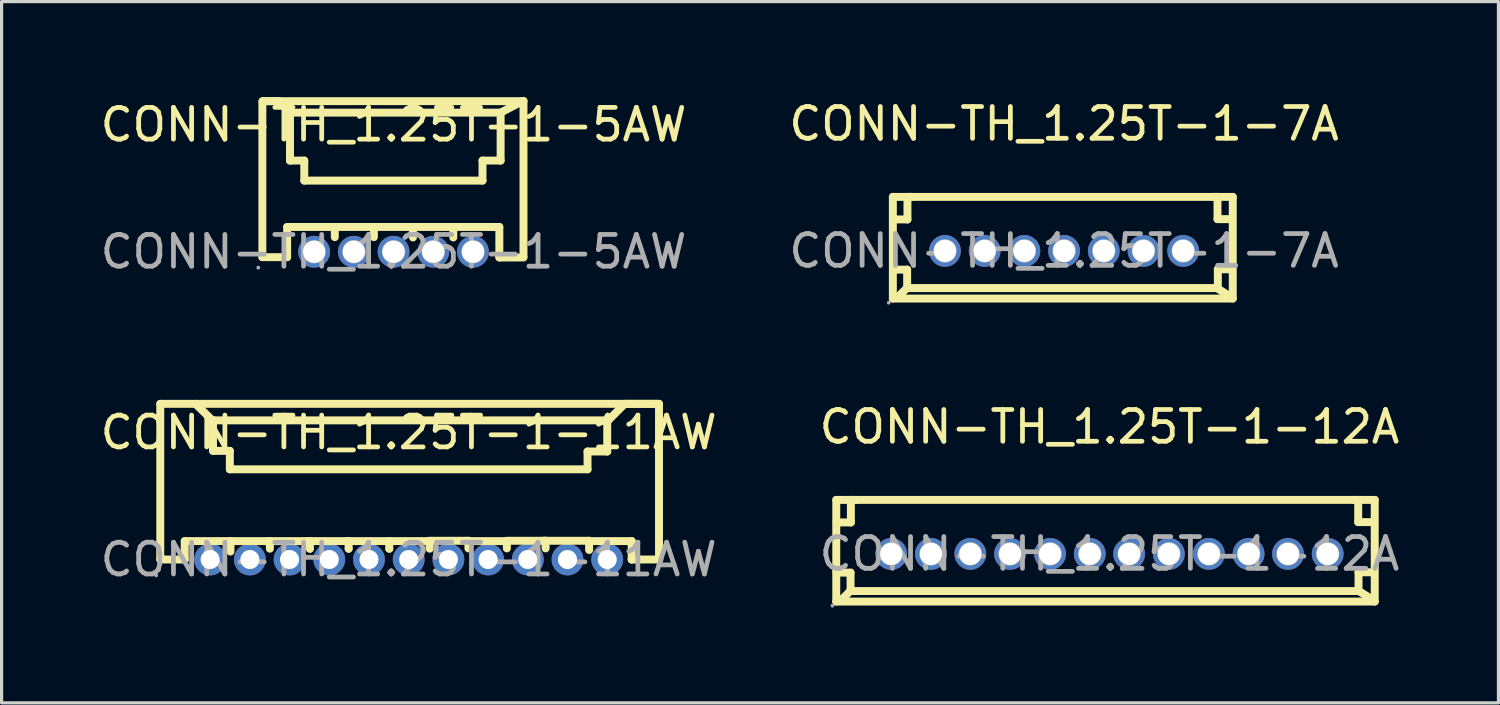
<source format=kicad_pcb>
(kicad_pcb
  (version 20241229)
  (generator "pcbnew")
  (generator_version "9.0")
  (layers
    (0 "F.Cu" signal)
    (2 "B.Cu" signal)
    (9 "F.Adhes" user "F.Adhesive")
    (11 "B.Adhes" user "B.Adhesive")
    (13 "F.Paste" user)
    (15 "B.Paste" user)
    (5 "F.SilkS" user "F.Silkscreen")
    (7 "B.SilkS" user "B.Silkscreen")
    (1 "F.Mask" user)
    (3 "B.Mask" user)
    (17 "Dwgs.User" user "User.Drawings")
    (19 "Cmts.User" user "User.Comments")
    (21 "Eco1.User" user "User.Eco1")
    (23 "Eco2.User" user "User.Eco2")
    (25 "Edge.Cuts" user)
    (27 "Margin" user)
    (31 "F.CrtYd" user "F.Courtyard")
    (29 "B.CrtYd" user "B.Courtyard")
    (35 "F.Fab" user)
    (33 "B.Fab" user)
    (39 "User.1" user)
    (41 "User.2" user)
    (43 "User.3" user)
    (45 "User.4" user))
  (footprint "CONN-TH_1.25T-1-5AW"
    (layer "F.Cu")
    (at 9.339 4.875)
    (property "Reference" "CONN-TH_1.25T-1-5AW" (at 0 -4 0) (layer "F.SilkS") (effects (font (size 1 1) (thickness 0.15))))
    (attr through_hole)
    (fp_line (start -4.13 -4.73) (end -4.13 0.17) (stroke (width 0.25) (type solid)) (layer "F.SilkS"))
    (fp_line (start -4.13 0.17) (end -3.35 0.17) (stroke (width 0.25) (type solid)) (layer "F.SilkS"))
    (fp_line (start -4.12 -4.74) (end -3.61 -4.74) (stroke (width 0.25) (type solid)) (layer "F.SilkS"))
    (fp_line (start -4.12 -4.74) (end 4.09 -4.74) (stroke (width 0.25) (type solid)) (layer "F.SilkS"))
    (fp_line (start -3.61 -4.74) (end -3.25 -4.38) (stroke (width 0.25) (type solid)) (layer "F.SilkS"))
    (fp_line (start -3.35 -0.78) (end -1.85 -0.78) (stroke (width 0.25) (type solid)) (layer "F.SilkS"))
    (fp_line (start -3.35 0.17) (end -3.35 -0.78) (stroke (width 0.25) (type solid)) (layer "F.SilkS"))
    (fp_line (start -3.26 -4.34) (end -3.26 -2.87) (stroke (width 0.25) (type solid)) (layer "F.SilkS"))
    (fp_line (start -3.26 -2.87) (end -2.81 -2.87) (stroke (width 0.25) (type solid)) (layer "F.SilkS"))
    (fp_line (start -3.25 -4.38) (end -3.25 -4.35) (stroke (width 0.25) (type solid)) (layer "F.SilkS"))
    (fp_line (start -3.25 -4.38) (end 3.37 -4.38) (stroke (width 0.25) (type solid)) (layer "F.SilkS"))
    (fp_line (start -2.81 -2.87) (end -2.81 -2.24) (stroke (width 0.25) (type solid)) (layer "F.SilkS"))
    (fp_line (start -2.81 -2.24) (end 2.8 -2.24) (stroke (width 0.25) (type solid)) (layer "F.SilkS"))
    (fp_line (start -1.85 -0.78) (end -1.85 -0.46) (stroke (width 0.25) (type solid)) (layer "F.SilkS"))
    (fp_line (start -1.84 -0.78) (end -0.62 -0.78) (stroke (width 0.25) (type solid)) (layer "F.SilkS"))
    (fp_line (start -0.62 -0.78) (end -0.62 -0.46) (stroke (width 0.25) (type solid)) (layer "F.SilkS"))
    (fp_line (start -0.61 -0.78) (end 0.61 -0.78) (stroke (width 0.25) (type solid)) (layer "F.SilkS"))
    (fp_line (start 0.59 -0.78) (end 1.88 -0.78) (stroke (width 0.25) (type solid)) (layer "F.SilkS"))
    (fp_line (start 0.61 -0.78) (end 0.61 -0.45) (stroke (width 0.25) (type solid)) (layer "F.SilkS"))
    (fp_line (start 1.88 -0.78) (end 1.88 -0.45) (stroke (width 0.25) (type solid)) (layer "F.SilkS"))
    (fp_line (start 1.89 -0.78) (end 3.12 -0.78) (stroke (width 0.25) (type solid)) (layer "F.SilkS"))
    (fp_line (start 2.8 -2.87) (end 3.37 -2.87) (stroke (width 0.25) (type solid)) (layer "F.SilkS"))
    (fp_line (start 2.8 -2.24) (end 2.8 -2.87) (stroke (width 0.25) (type solid)) (layer "F.SilkS"))
    (fp_line (start 3.12 -0.78) (end 3.24 -0.78) (stroke (width 0.25) (type solid)) (layer "F.SilkS"))
    (fp_line (start 3.33 -0.78) (end 3.12 -0.78) (stroke (width 0.25) (type solid)) (layer "F.SilkS"))
    (fp_line (start 3.33 0.18) (end 3.33 -0.78) (stroke (width 0.25) (type solid)) (layer "F.SilkS"))
    (fp_line (start 3.37 -4.38) (end 4.06 -4.74) (stroke (width 0.25) (type solid)) (layer "F.SilkS"))
    (fp_line (start 3.37 -4.35) (end 3.37 -4.35) (stroke (width 0.25) (type solid)) (layer "F.SilkS"))
    (fp_line (start 3.37 -2.87) (end 3.37 -4.35) (stroke (width 0.25) (type solid)) (layer "F.SilkS"))
    (fp_line (start 4.06 -4.74) (end 4.06 -4.74) (stroke (width 0.25) (type solid)) (layer "F.SilkS"))
    (fp_line (start 4.06 -4.74) (end 4.06 -4.74) (stroke (width 0.25) (type solid)) (layer "F.SilkS"))
    (fp_line (start 4.09 -4.75) (end 4.09 0.15) (stroke (width 0.25) (type solid)) (layer "F.SilkS"))
    (fp_line (start 4.09 0.18) (end 3.33 0.18) (stroke (width 0.25) (type solid)) (layer "F.SilkS"))
    (fp_circle (center -4.26 0.5) (end -4.23 0.5) (stroke (width 0.06) (type solid)) (fill no) (layer "F.Fab"))
    (fp_circle (center -2.5 0) (end -2.38 0) (stroke (width 0.25) (type solid)) (fill no) (layer "F.Fab"))
    (fp_circle (center -1.25 0) (end -1.13 0) (stroke (width 0.25) (type solid)) (fill no) (layer "F.Fab"))
    (fp_circle (center 0 0) (end 0.12 0) (stroke (width 0.25) (type solid)) (fill no) (layer "F.Fab"))
    (fp_circle (center 1.25 0) (end 1.37 0) (stroke (width 0.25) (type solid)) (fill no) (layer "F.Fab"))
    (fp_circle (center 2.5 0) (end 2.62 0) (stroke (width 0.25) (type solid)) (fill no) (layer "F.Fab"))
    (fp_text user "${REFERENCE}" (at 0 0 0) (layer "F.Fab") (effects (font (size 1 1) (thickness 0.15))))
    (pad "1" thru_hole circle (at -2.5 0) (size 1 1) (drill 0.7) (layers "*.Cu" "*.Paste" "*.Mask"))
    (pad "2" thru_hole circle (at -1.25 0) (size 1 1) (drill 0.7) (layers "*.Cu" "*.Paste" "*.Mask"))
    (pad "3" thru_hole circle (at 0 0) (size 1 1) (drill 0.7) (layers "*.Cu" "*.Paste" "*.Mask"))
    (pad "4" thru_hole circle (at 1.25 0) (size 1 1) (drill 0.7) (layers "*.Cu" "*.Paste" "*.Mask"))
    (pad "5" thru_hole circle (at 2.5 0) (size 1 1) (drill 0.7) (layers "*.Cu" "*.Paste" "*.Mask")))
  (footprint "CONN-TH_1.25T-1-11AW"
    (layer "F.Cu")
    (at 9.815 14.563)
    (property "Reference" "CONN-TH_1.25T-1-11AW" (at 0 -4 0) (layer "F.SilkS") (effects (font (size 1 1) (thickness 0.15))))
    (attr through_hole)
    (fp_line (start -7.82 -4.9) (end -7.82 0) (stroke (width 0.25) (type solid)) (layer "F.SilkS"))
    (fp_line (start -7.82 -4.9) (end 7.88 -4.9) (stroke (width 0.25) (type solid)) (layer "F.SilkS"))
    (fp_line (start -7.82 0) (end -7.05 0) (stroke (width 0.25) (type solid)) (layer "F.SilkS"))
    (fp_line (start -7.05 -0.58) (end -5.61 -0.58) (stroke (width 0.25) (type solid)) (layer "F.SilkS"))
    (fp_line (start -7.05 0) (end -7.05 -0.58) (stroke (width 0.25) (type solid)) (layer "F.SilkS"))
    (fp_line (start -6.71 -4.9) (end -6.18 -4.38) (stroke (width 0.25) (type solid)) (layer "F.SilkS"))
    (fp_line (start -6.17 -4.38) (end 6.28 -4.38) (stroke (width 0.25) (type solid)) (layer "F.SilkS"))
    (fp_line (start -6.16 -4.39) (end -6.16 -3.42) (stroke (width 0.25) (type solid)) (layer "F.SilkS"))
    (fp_line (start -6.16 -3.42) (end -5.63 -3.42) (stroke (width 0.25) (type solid)) (layer "F.SilkS"))
    (fp_line (start -5.63 -3.42) (end -5.63 -2.84) (stroke (width 0.25) (type solid)) (layer "F.SilkS"))
    (fp_line (start -5.63 -2.84) (end 5.63 -2.84) (stroke (width 0.25) (type solid)) (layer "F.SilkS"))
    (fp_line (start -5.61 -0.58) (end -5.61 -0.25) (stroke (width 0.25) (type solid)) (layer "F.SilkS"))
    (fp_line (start -5.6 -0.58) (end -4.37 -0.58) (stroke (width 0.25) (type solid)) (layer "F.SilkS"))
    (fp_line (start -4.38 -0.58) (end -3.11 -0.58) (stroke (width 0.25) (type solid)) (layer "F.SilkS"))
    (fp_line (start -4.37 -0.58) (end -4.37 -0.34) (stroke (width 0.25) (type solid)) (layer "F.SilkS"))
    (fp_line (start -3.17 -0.58) (end -1.89 -0.58) (stroke (width 0.25) (type solid)) (layer "F.SilkS"))
    (fp_line (start -3.11 -0.58) (end -3.11 -0.34) (stroke (width 0.25) (type solid)) (layer "F.SilkS"))
    (fp_line (start -3.11 -0.34) (end -3.11 -0.34) (stroke (width 0.25) (type solid)) (layer "F.SilkS"))
    (fp_line (start -1.95 -0.58) (end -0.61 -0.58) (stroke (width 0.25) (type solid)) (layer "F.SilkS"))
    (fp_line (start -1.89 -0.58) (end -1.89 -0.34) (stroke (width 0.25) (type solid)) (layer "F.SilkS"))
    (fp_line (start -1.89 -0.34) (end -1.89 -0.34) (stroke (width 0.25) (type solid)) (layer "F.SilkS"))
    (fp_line (start -0.61 -0.58) (end -0.61 -0.34) (stroke (width 0.25) (type solid)) (layer "F.SilkS"))
    (fp_line (start -0.61 -0.34) (end -0.61 -0.34) (stroke (width 0.25) (type solid)) (layer "F.SilkS"))
    (fp_line (start -0.57 -0.58) (end 0.66 -0.58) (stroke (width 0.25) (type solid)) (layer "F.SilkS"))
    (fp_line (start 0.65 -0.59) (end 1.88 -0.59) (stroke (width 0.25) (type solid)) (layer "F.SilkS"))
    (fp_line (start 0.66 -0.58) (end 0.66 -0.34) (stroke (width 0.25) (type solid)) (layer "F.SilkS"))
    (fp_line (start 1.86 -0.58) (end 3.09 -0.58) (stroke (width 0.25) (type solid)) (layer "F.SilkS"))
    (fp_line (start 1.88 -0.59) (end 1.88 -0.35) (stroke (width 0.25) (type solid)) (layer "F.SilkS"))
    (fp_line (start 3.08 -0.59) (end 4.31 -0.59) (stroke (width 0.25) (type solid)) (layer "F.SilkS"))
    (fp_line (start 3.09 -0.58) (end 3.09 -0.35) (stroke (width 0.25) (type solid)) (layer "F.SilkS"))
    (fp_line (start 4.22 -0.59) (end 5.68 -0.59) (stroke (width 0.25) (type solid)) (layer "F.SilkS"))
    (fp_line (start 4.31 -0.59) (end 4.31 -0.35) (stroke (width 0.25) (type solid)) (layer "F.SilkS"))
    (fp_line (start 5.63 -3.4) (end 6.25 -3.4) (stroke (width 0.25) (type solid)) (layer "F.SilkS"))
    (fp_line (start 5.63 -2.84) (end 5.63 -3.4) (stroke (width 0.25) (type solid)) (layer "F.SilkS"))
    (fp_line (start 5.64 -0.58) (end 7.02 -0.58) (stroke (width 0.25) (type solid)) (layer "F.SilkS"))
    (fp_line (start 5.68 -0.59) (end 5.68 -0.3) (stroke (width 0.25) (type solid)) (layer "F.SilkS"))
    (fp_line (start 6.25 -3.4) (end 6.25 -4.38) (stroke (width 0.25) (type solid)) (layer "F.SilkS"))
    (fp_line (start 6.28 -4.38) (end 6.8 -4.9) (stroke (width 0.25) (type solid)) (layer "F.SilkS"))
    (fp_line (start 6.8 -4.9) (end 7.83 -4.9) (stroke (width 0.25) (type solid)) (layer "F.SilkS"))
    (fp_line (start 7.02 -0.58) (end 7.02 0) (stroke (width 0.25) (type solid)) (layer "F.SilkS"))
    (fp_line (start 7.02 0) (end 7.02 0) (stroke (width 0.25) (type solid)) (layer "F.SilkS"))
    (fp_line (start 7.02 0) (end 7.89 0) (stroke (width 0.25) (type solid)) (layer "F.SilkS"))
    (fp_line (start 7.88 0) (end 7.88 -4.9) (stroke (width 0.25) (type solid)) (layer "F.SilkS"))
    (fp_circle (center -7.95 0.5) (end -7.92 0.5) (stroke (width 0.06) (type solid)) (fill no) (layer "F.Fab"))
    (fp_circle (center -6.25 0) (end -6.15 0) (stroke (width 0.2) (type solid)) (fill no) (layer "F.Fab"))
    (fp_circle (center -5 0) (end -4.9 0) (stroke (width 0.2) (type solid)) (fill no) (layer "F.Fab"))
    (fp_circle (center -3.75 0) (end -3.65 0) (stroke (width 0.2) (type solid)) (fill no) (layer "F.Fab"))
    (fp_circle (center -2.5 0) (end -2.4 0) (stroke (width 0.2) (type solid)) (fill no) (layer "F.Fab"))
    (fp_circle (center -1.25 0) (end -1.15 0) (stroke (width 0.2) (type solid)) (fill no) (layer "F.Fab"))
    (fp_circle (center 0 0) (end 0.1 0) (stroke (width 0.2) (type solid)) (fill no) (layer "F.Fab"))
    (fp_circle (center 1.25 0) (end 1.35 0) (stroke (width 0.2) (type solid)) (fill no) (layer "F.Fab"))
    (fp_circle (center 2.5 0) (end 2.6 0) (stroke (width 0.2) (type solid)) (fill no) (layer "F.Fab"))
    (fp_circle (center 3.75 0) (end 3.85 0) (stroke (width 0.2) (type solid)) (fill no) (layer "F.Fab"))
    (fp_circle (center 5 0) (end 5.1 0) (stroke (width 0.2) (type solid)) (fill no) (layer "F.Fab"))
    (fp_circle (center 6.25 0) (end 6.35 0) (stroke (width 0.2) (type solid)) (fill no) (layer "F.Fab"))
    (fp_text user "${REFERENCE}" (at 0 0 0) (layer "F.Fab") (effects (font (size 1 1) (thickness 0.15))))
    (pad "1" thru_hole circle (at -6.25 0) (size 1 1) (drill 0.6) (layers "*.Cu" "*.Paste" "*.Mask"))
    (pad "2" thru_hole circle (at -5 0) (size 1 1) (drill 0.6) (layers "*.Cu" "*.Paste" "*.Mask"))
    (pad "3" thru_hole circle (at -3.75 0) (size 1 1) (drill 0.6) (layers "*.Cu" "*.Paste" "*.Mask"))
    (pad "4" thru_hole circle (at -2.5 0) (size 1 1) (drill 0.6) (layers "*.Cu" "*.Paste" "*.Mask"))
    (pad "5" thru_hole circle (at -1.25 0) (size 1 1) (drill 0.6) (layers "*.Cu" "*.Paste" "*.Mask"))
    (pad "6" thru_hole circle (at 0 0) (size 1 1) (drill 0.6) (layers "*.Cu" "*.Paste" "*.Mask"))
    (pad "7" thru_hole circle (at 1.25 0) (size 1 1) (drill 0.6) (layers "*.Cu" "*.Paste" "*.Mask"))
    (pad "8" thru_hole circle (at 2.5 0) (size 1 1) (drill 0.6) (layers "*.Cu" "*.Paste" "*.Mask"))
    (pad "9" thru_hole circle (at 3.75 0) (size 1 1) (drill 0.6) (layers "*.Cu" "*.Paste" "*.Mask"))
    (pad "10" thru_hole circle (at 5 0) (size 1 1) (drill 0.6) (layers "*.Cu" "*.Paste" "*.Mask"))
    (pad "11" thru_hole circle (at 6.25 0) (size 1 1) (drill 0.6) (layers "*.Cu" "*.Paste" "*.Mask")))
  (footprint "CONN-TH_1.25T-1-7A"
    (layer "F.Cu")
    (at 30.446 4.848)
    (property "Reference" "CONN-TH_1.25T-1-7A" (at 0 -4 0) (layer "F.SilkS") (effects (font (size 1 1) (thickness 0.15))))
    (attr through_hole)
    (fp_line (start -5.39 -1.7) (end -5.39 1.5) (stroke (width 0.25) (type solid)) (layer "F.SilkS"))
    (fp_line (start -5.39 -1.7) (end 5.31 -1.7) (stroke (width 0.25) (type solid)) (layer "F.SilkS"))
    (fp_line (start -5.39 1.5) (end 5.31 1.5) (stroke (width 0.25) (type solid)) (layer "F.SilkS"))
    (fp_line (start -5.38 -0.99) (end -4.93 -0.99) (stroke (width 0.25) (type solid)) (layer "F.SilkS"))
    (fp_line (start -5.38 1.48) (end -5.26 1.48) (stroke (width 0.25) (type solid)) (layer "F.SilkS"))
    (fp_line (start -5.26 1.48) (end -4.95 1.17) (stroke (width 0.25) (type solid)) (layer "F.SilkS"))
    (fp_line (start -4.95 1.17) (end 4.81 1.17) (stroke (width 0.25) (type solid)) (layer "F.SilkS"))
    (fp_line (start -4.94 0.59) (end -5.38 0.59) (stroke (width 0.25) (type solid)) (layer "F.SilkS"))
    (fp_line (start -4.94 1.17) (end -4.94 0.59) (stroke (width 0.25) (type solid)) (layer "F.SilkS"))
    (fp_line (start -4.93 -1.7) (end -4.8 -1.7) (stroke (width 0.25) (type solid)) (layer "F.SilkS"))
    (fp_line (start -4.93 -0.99) (end -4.93 -1.7) (stroke (width 0.25) (type solid)) (layer "F.SilkS"))
    (fp_line (start 4.81 1.17) (end 5.29 1.47) (stroke (width 0.25) (type solid)) (layer "F.SilkS"))
    (fp_line (start 4.83 -1.7) (end 4.7 -1.7) (stroke (width 0.25) (type solid)) (layer "F.SilkS"))
    (fp_line (start 4.83 -1) (end 4.83 -1.7) (stroke (width 0.25) (type solid)) (layer "F.SilkS"))
    (fp_line (start 4.84 0.58) (end 5.28 0.58) (stroke (width 0.25) (type solid)) (layer "F.SilkS"))
    (fp_line (start 4.84 1.16) (end 4.84 0.58) (stroke (width 0.25) (type solid)) (layer "F.SilkS"))
    (fp_line (start 5.28 -1) (end 4.83 -1) (stroke (width 0.25) (type solid)) (layer "F.SilkS"))
    (fp_line (start 5.31 -1.7) (end 5.31 1.5) (stroke (width 0.25) (type solid)) (layer "F.SilkS"))
    (fp_circle (center -5.52 1.63) (end -5.49 1.63) (stroke (width 0.06) (type solid)) (fill no) (layer "F.Fab"))
    (fp_circle (center -3.75 0) (end -3.63 0) (stroke (width 0.25) (type solid)) (fill no) (layer "F.Fab"))
    (fp_circle (center -2.5 0) (end -2.38 0) (stroke (width 0.25) (type solid)) (fill no) (layer "F.Fab"))
    (fp_circle (center -1.25 0) (end -1.13 0) (stroke (width 0.25) (type solid)) (fill no) (layer "F.Fab"))
    (fp_circle (center 0 0) (end 0.12 0) (stroke (width 0.25) (type solid)) (fill no) (layer "F.Fab"))
    (fp_circle (center 1.25 0) (end 1.37 0) (stroke (width 0.25) (type solid)) (fill no) (layer "F.Fab"))
    (fp_circle (center 2.5 0) (end 2.62 0) (stroke (width 0.25) (type solid)) (fill no) (layer "F.Fab"))
    (fp_circle (center 3.75 0) (end 3.87 0) (stroke (width 0.25) (type solid)) (fill no) (layer "F.Fab"))
    (fp_text user "${REFERENCE}" (at 0 0 0) (layer "F.Fab") (effects (font (size 1 1) (thickness 0.15))))
    (pad "1" thru_hole circle (at -3.75 0) (size 1 1) (drill 0.7) (layers "*.Cu" "*.Paste" "*.Mask"))
    (pad "2" thru_hole circle (at -2.5 0) (size 1 1) (drill 0.7) (layers "*.Cu" "*.Paste" "*.Mask"))
    (pad "3" thru_hole circle (at -1.25 0) (size 1 1) (drill 0.7) (layers "*.Cu" "*.Paste" "*.Mask"))
    (pad "4" thru_hole circle (at 0 0) (size 1 1) (drill 0.7) (layers "*.Cu" "*.Paste" "*.Mask"))
    (pad "5" thru_hole circle (at 1.25 0) (size 1 1) (drill 0.7) (layers "*.Cu" "*.Paste" "*.Mask"))
    (pad "6" thru_hole circle (at 2.5 0) (size 1 1) (drill 0.7) (layers "*.Cu" "*.Paste" "*.Mask"))
    (pad "7" thru_hole circle (at 3.75 0) (size 1 1) (drill 0.7) (layers "*.Cu" "*.Paste" "*.Mask")))
  (footprint "CONN-TH_1.25T-1-12A"
    (layer "F.Cu")
    (at 31.875 14.386)
    (property "Reference" "CONN-TH_1.25T-1-12A" (at 0 -4 0) (layer "F.SilkS") (effects (font (size 1 1) (thickness 0.15))))
    (attr through_hole)
    (fp_line (start -8.6 -1.7) (end -8.6 1.5) (stroke (width 0.25) (type solid)) (layer "F.SilkS"))
    (fp_line (start -8.6 -1.7) (end 8.35 -1.7) (stroke (width 0.25) (type solid)) (layer "F.SilkS"))
    (fp_line (start -8.6 1.5) (end 8.35 1.5) (stroke (width 0.25) (type solid)) (layer "F.SilkS"))
    (fp_line (start -8.59 -0.99) (end -8.14 -0.99) (stroke (width 0.25) (type solid)) (layer "F.SilkS"))
    (fp_line (start -8.59 1.48) (end -8.47 1.48) (stroke (width 0.25) (type solid)) (layer "F.SilkS"))
    (fp_line (start -8.47 1.48) (end -8.16 1.17) (stroke (width 0.25) (type solid)) (layer "F.SilkS"))
    (fp_line (start -8.16 1.17) (end 7.85 1.17) (stroke (width 0.25) (type solid)) (layer "F.SilkS"))
    (fp_line (start -8.15 0.59) (end -8.59 0.59) (stroke (width 0.25) (type solid)) (layer "F.SilkS"))
    (fp_line (start -8.15 1.17) (end -8.15 0.59) (stroke (width 0.25) (type solid)) (layer "F.SilkS"))
    (fp_line (start -8.14 -1.7) (end -8.01 -1.7) (stroke (width 0.25) (type solid)) (layer "F.SilkS"))
    (fp_line (start -8.14 -0.99) (end -8.14 -1.7) (stroke (width 0.25) (type solid)) (layer "F.SilkS"))
    (fp_line (start 7.83 -1.7) (end 7.7 -1.7) (stroke (width 0.25) (type solid)) (layer "F.SilkS"))
    (fp_line (start 7.83 -1) (end 7.83 -1.7) (stroke (width 0.25) (type solid)) (layer "F.SilkS"))
    (fp_line (start 7.84 0.58) (end 8.28 0.58) (stroke (width 0.25) (type solid)) (layer "F.SilkS"))
    (fp_line (start 7.84 1.16) (end 7.84 0.58) (stroke (width 0.25) (type solid)) (layer "F.SilkS"))
    (fp_line (start 7.85 1.17) (end 8.33 1.47) (stroke (width 0.25) (type solid)) (layer "F.SilkS"))
    (fp_line (start 8.28 -1) (end 7.83 -1) (stroke (width 0.25) (type solid)) (layer "F.SilkS"))
    (fp_line (start 8.35 -1.7) (end 8.35 1.5) (stroke (width 0.25) (type solid)) (layer "F.SilkS"))
    (fp_circle (center -8.72 1.63) (end -8.69 1.63) (stroke (width 0.06) (type solid)) (fill no) (layer "F.Fab"))
    (fp_circle (center -6.87 0) (end -6.75 0) (stroke (width 0.25) (type solid)) (fill no) (layer "F.Fab"))
    (fp_circle (center -5.62 0) (end -5.5 0) (stroke (width 0.25) (type solid)) (fill no) (layer "F.Fab"))
    (fp_circle (center -4.38 0) (end -4.26 0) (stroke (width 0.25) (type solid)) (fill no) (layer "F.Fab"))
    (fp_circle (center -3.13 0) (end -3.01 0) (stroke (width 0.25) (type solid)) (fill no) (layer "F.Fab"))
    (fp_circle (center -1.87 0) (end -1.75 0) (stroke (width 0.25) (type solid)) (fill no) (layer "F.Fab"))
    (fp_circle (center -0.62 0) (end -0.5 0) (stroke (width 0.25) (type solid)) (fill no) (layer "F.Fab"))
    (fp_circle (center 0.62 0) (end 0.74 0) (stroke (width 0.25) (type solid)) (fill no) (layer "F.Fab"))
    (fp_circle (center 1.87 0) (end 1.99 0) (stroke (width 0.25) (type solid)) (fill no) (layer "F.Fab"))
    (fp_circle (center 3.13 0) (end 3.25 0) (stroke (width 0.25) (type solid)) (fill no) (layer "F.Fab"))
    (fp_circle (center 4.38 0) (end 4.5 0) (stroke (width 0.25) (type solid)) (fill no) (layer "F.Fab"))
    (fp_circle (center 5.62 0) (end 5.74 0) (stroke (width 0.25) (type solid)) (fill no) (layer "F.Fab"))
    (fp_circle (center 6.87 0) (end 6.99 0) (stroke (width 0.25) (type solid)) (fill no) (layer "F.Fab"))
    (fp_text user "${REFERENCE}" (at 0 0 0) (layer "F.Fab") (effects (font (size 1 1) (thickness 0.15))))
    (pad "1" thru_hole circle (at -6.87 0) (size 1 1) (drill 0.7) (layers "*.Cu" "*.Paste" "*.Mask"))
    (pad "2" thru_hole circle (at -5.62 0) (size 1 1) (drill 0.7) (layers "*.Cu" "*.Paste" "*.Mask"))
    (pad "3" thru_hole circle (at -4.38 0) (size 1 1) (drill 0.7) (layers "*.Cu" "*.Paste" "*.Mask"))
    (pad "4" thru_hole circle (at -3.13 0) (size 1 1) (drill 0.7) (layers "*.Cu" "*.Paste" "*.Mask"))
    (pad "5" thru_hole circle (at -1.87 0) (size 1 1) (drill 0.7) (layers "*.Cu" "*.Paste" "*.Mask"))
    (pad "6" thru_hole circle (at -0.62 0) (size 1 1) (drill 0.7) (layers "*.Cu" "*.Paste" "*.Mask"))
    (pad "7" thru_hole circle (at 0.62 0) (size 1 1) (drill 0.7) (layers "*.Cu" "*.Paste" "*.Mask"))
    (pad "8" thru_hole circle (at 1.87 0) (size 1 1) (drill 0.7) (layers "*.Cu" "*.Paste" "*.Mask"))
    (pad "9" thru_hole circle (at 3.13 0) (size 1 1) (drill 0.7) (layers "*.Cu" "*.Paste" "*.Mask"))
    (pad "10" thru_hole circle (at 4.38 0) (size 1 1) (drill 0.7) (layers "*.Cu" "*.Paste" "*.Mask"))
    (pad "11" thru_hole circle (at 5.62 0) (size 1 1) (drill 0.7) (layers "*.Cu" "*.Paste" "*.Mask"))
    (pad "12" thru_hole circle (at 6.87 0) (size 1 1) (drill 0.7) (layers "*.Cu" "*.Paste" "*.Mask")))
  (gr_rect
    (start -3 -3)
    (end 44.119 19.076)
    (stroke (width 0.1) (type default))
    (fill no)
    (layer "Edge.Cuts")))
</source>
